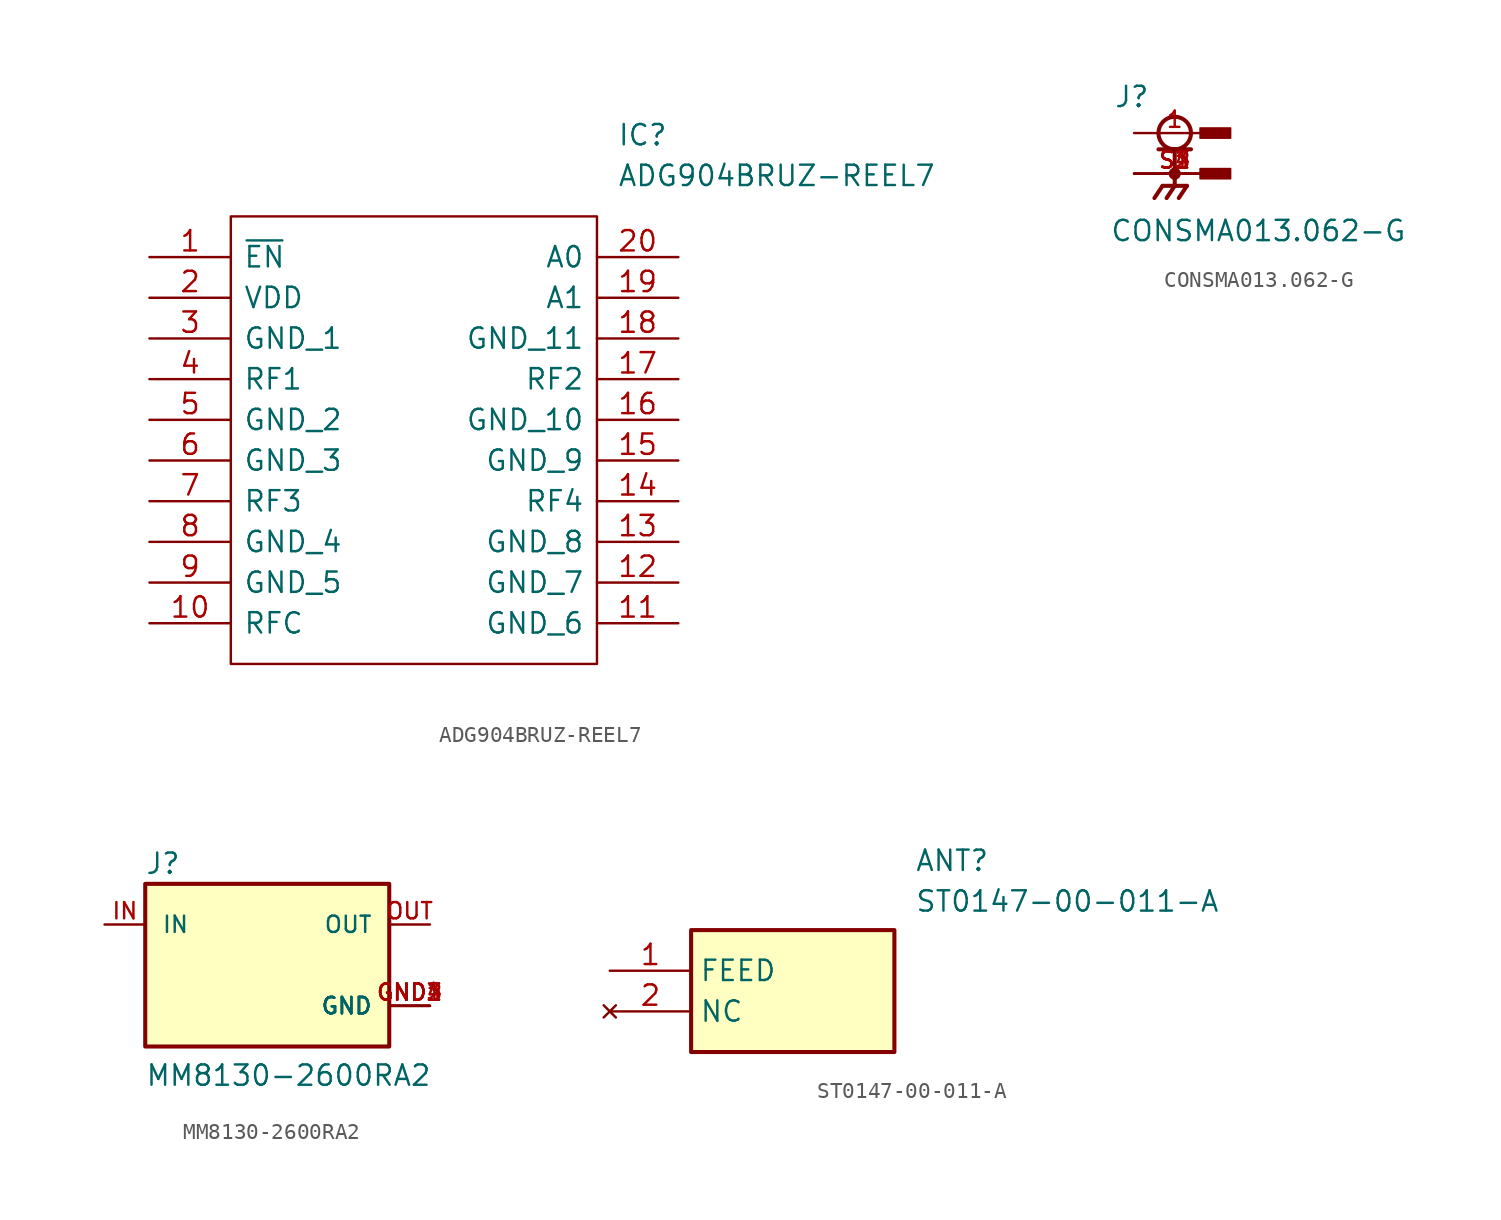
<source format=kicad_sym>
(kicad_symbol_lib
  (version 20231120)
  (generator "kicad_symbol_editor")
  (generator_version "8.0")
  (symbol "ADG904BRUZ-REEL7"
    (pin_names
      (offset 0.762))
    (property "Reference" "IC"
      (at 29.21 7.62 0)
      (effects (font (size 1.27 1.27)) (justify left)))
    (property "Value" "ADG904BRUZ-REEL7"
      (at 29.21 5.08 0)
      (effects (font (size 1.27 1.27)) (justify left)))
    (symbol "ADG904BRUZ-REEL7_0_0"
      (pin passive line (at 0 0 0) (length 5.08) (name "~{EN}" (effects (font (size 1.27 1.27)))) (number "1" (effects (font (size 1.27 1.27)))))
      (pin passive line (at 0 -22.86 0) (length 5.08) (name "RFC" (effects (font (size 1.27 1.27)))) (number "10" (effects (font (size 1.27 1.27)))))
      (pin passive line (at 33.02 -22.86 180) (length 5.08) (name "GND_6" (effects (font (size 1.27 1.27)))) (number "11" (effects (font (size 1.27 1.27)))))
      (pin passive line (at 33.02 -20.32 180) (length 5.08) (name "GND_7" (effects (font (size 1.27 1.27)))) (number "12" (effects (font (size 1.27 1.27)))))
      (pin passive line (at 33.02 -17.78 180) (length 5.08) (name "GND_8" (effects (font (size 1.27 1.27)))) (number "13" (effects (font (size 1.27 1.27)))))
      (pin passive line (at 33.02 -15.24 180) (length 5.08) (name "RF4" (effects (font (size 1.27 1.27)))) (number "14" (effects (font (size 1.27 1.27)))))
      (pin passive line (at 33.02 -12.7 180) (length 5.08) (name "GND_9" (effects (font (size 1.27 1.27)))) (number "15" (effects (font (size 1.27 1.27)))))
      (pin passive line (at 33.02 -10.16 180) (length 5.08) (name "GND_10" (effects (font (size 1.27 1.27)))) (number "16" (effects (font (size 1.27 1.27)))))
      (pin passive line (at 33.02 -7.62 180) (length 5.08) (name "RF2" (effects (font (size 1.27 1.27)))) (number "17" (effects (font (size 1.27 1.27)))))
      (pin passive line (at 33.02 -5.08 180) (length 5.08) (name "GND_11" (effects (font (size 1.27 1.27)))) (number "18" (effects (font (size 1.27 1.27)))))
      (pin passive line (at 33.02 -2.54 180) (length 5.08) (name "A1" (effects (font (size 1.27 1.27)))) (number "19" (effects (font (size 1.27 1.27)))))
      (pin passive line (at 0 -2.54 0) (length 5.08) (name "VDD" (effects (font (size 1.27 1.27)))) (number "2" (effects (font (size 1.27 1.27)))))
      (pin passive line (at 33.02 0 180) (length 5.08) (name "A0" (effects (font (size 1.27 1.27)))) (number "20" (effects (font (size 1.27 1.27)))))
      (pin passive line (at 0 -5.08 0) (length 5.08) (name "GND_1" (effects (font (size 1.27 1.27)))) (number "3" (effects (font (size 1.27 1.27)))))
      (pin passive line (at 0 -7.62 0) (length 5.08) (name "RF1" (effects (font (size 1.27 1.27)))) (number "4" (effects (font (size 1.27 1.27)))))
      (pin passive line (at 0 -10.16 0) (length 5.08) (name "GND_2" (effects (font (size 1.27 1.27)))) (number "5" (effects (font (size 1.27 1.27)))))
      (pin passive line (at 0 -12.7 0) (length 5.08) (name "GND_3" (effects (font (size 1.27 1.27)))) (number "6" (effects (font (size 1.27 1.27)))))
      (pin passive line (at 0 -15.24 0) (length 5.08) (name "RF3" (effects (font (size 1.27 1.27)))) (number "7" (effects (font (size 1.27 1.27)))))
      (pin passive line (at 0 -17.78 0) (length 5.08) (name "GND_4" (effects (font (size 1.27 1.27)))) (number "8" (effects (font (size 1.27 1.27)))))
      (pin passive line (at 0 -20.32 0) (length 5.08) (name "GND_5" (effects (font (size 1.27 1.27)))) (number "9" (effects (font (size 1.27 1.27))))))
    (symbol "ADG904BRUZ-REEL7_0_1"
      (polyline (pts (xy 5.08 2.54) (xy 27.94 2.54) (xy 27.94 -25.4) (xy 5.08 -25.4) (xy 5.08 2.54)) (stroke (width 0.152) (type solid)) (fill (type none)))))
  (symbol "CONSMA013.062-G"
    (pin_names
      (offset 1.016))
    (property "Reference" "J"
      (at -3.81 1.524 0)
      (effects (font (size 1.27 1.27)) (justify left bottom)))
    (property "Value" "CONSMA013.062-G"
      (at -4.064 -6.858 0)
      (effects (font (size 1.27 1.27)) (justify left bottom)))
    (symbol "CONSMA013.062-G_0_0"
      (circle (center 0 -2.54) (radius 0.254) (stroke (width 0.254) (type default)) (fill (type none)))
      (polyline (pts (xy -1.016 -1.016) (xy 0 -1.016)) (stroke (width 0.254) (type default)) (fill (type none)))
      (polyline (pts (xy -0.762 -3.302) (xy -1.27 -4.064)) (stroke (width 0.254) (type default)) (fill (type none)))
      (polyline (pts (xy 0 -3.302) (xy -0.762 -3.302)) (stroke (width 0.254) (type default)) (fill (type none)))
      (polyline (pts (xy 0 -3.302) (xy -0.508 -4.064)) (stroke (width 0.254) (type default)) (fill (type none)))
      (polyline (pts (xy 0 -3.302) (xy 0.762 -3.302)) (stroke (width 0.254) (type default)) (fill (type none)))
      (polyline (pts (xy 0 -1.016) (xy 0 -3.302)) (stroke (width 0.254) (type default)) (fill (type none)))
      (polyline (pts (xy 0 -1.016) (xy 1.016 -1.016)) (stroke (width 0.254) (type default)) (fill (type none)))
      (polyline (pts (xy 0.762 -3.302) (xy 0.254 -4.064)) (stroke (width 0.254) (type default)) (fill (type none)))
      (circle (center 0 0) (radius 1.016) (stroke (width 0.254) (type default)) (fill (type none)))
      (rectangle (start 1.587 -2.857) (end 3.493 -2.223) (stroke (width 0.1) (type default)) (fill (type outline)))
      (rectangle (start 1.587 -0.318) (end 3.493 0.318) (stroke (width 0.1) (type default)) (fill (type outline)))
      (pin passive line (at -2.54 0 0) (length 5.08) (name "~" (effects (font (size 1.016 1.016)))) (number "1" (effects (font (size 1.016 1.016)))))
      (pin passive line (at -2.54 -2.54 0) (length 5.08) (name "~" (effects (font (size 1.016 1.016)))) (number "S1" (effects (font (size 1.016 1.016)))))
      (pin passive line (at -2.54 -2.54 0) (length 5.08) (name "~" (effects (font (size 1.016 1.016)))) (number "S2" (effects (font (size 1.016 1.016)))))
      (pin passive line (at -2.54 -2.54 0) (length 5.08) (name "~" (effects (font (size 1.016 1.016)))) (number "S3" (effects (font (size 1.016 1.016)))))
      (pin passive line (at -2.54 -2.54 0) (length 5.08) (name "~" (effects (font (size 1.016 1.016)))) (number "S4" (effects (font (size 1.016 1.016)))))))
  (symbol "MM8130-2600RA2"
    (pin_names
      (offset 1.016))
    (property "Reference" "J"
      (at -7.639 5.602 0)
      (effects (font (size 1.27 1.27)) (justify left bottom)))
    (property "Value" "MM8130-2600RA2"
      (at -7.63 -7.63 0)
      (effects (font (size 1.27 1.27)) (justify left bottom)))
    (symbol "MM8130-2600RA2_0_0"
      (rectangle (start -7.62 -5.08) (end 7.62 5.08) (stroke (width 0.254) (type default)) (fill (type background)))
      (pin power_in line (at 10.16 -2.54 180) (length 2.54) (name "GND" (effects (font (size 1.016 1.016)))) (number "GND1" (effects (font (size 1.016 1.016)))))
      (pin power_in line (at 10.16 -2.54 180) (length 2.54) (name "GND" (effects (font (size 1.016 1.016)))) (number "GND2" (effects (font (size 1.016 1.016)))))
      (pin power_in line (at 10.16 -2.54 180) (length 2.54) (name "GND" (effects (font (size 1.016 1.016)))) (number "GND3" (effects (font (size 1.016 1.016)))))
      (pin power_in line (at 10.16 -2.54 180) (length 2.54) (name "GND" (effects (font (size 1.016 1.016)))) (number "GND4" (effects (font (size 1.016 1.016)))))
      (pin input line (at -10.16 2.54 0) (length 2.54) (name "IN" (effects (font (size 1.016 1.016)))) (number "IN" (effects (font (size 1.016 1.016)))))
      (pin output line (at 10.16 2.54 180) (length 2.54) (name "OUT" (effects (font (size 1.016 1.016)))) (number "OUT" (effects (font (size 1.016 1.016)))))))
  (symbol "ST0147-00-011-A"
    (property "Reference" "ANT"
      (at 19.05 7.62 0)
      (effects (font (size 1.27 1.27)) (justify left top)))
    (property "Value" "ST0147-00-011-A"
      (at 19.05 5.08 0)
      (effects (font (size 1.27 1.27)) (justify left top)))
    (symbol "ST0147-00-011-A_1_1"
      (rectangle (start 5.08 2.54) (end 17.78 -5.08) (stroke (width 0.254) (type default)) (fill (type background)))
      (pin input line (at 0 0 0) (length 5.08) (name "FEED" (effects (font (size 1.27 1.27)))) (number "1" (effects (font (size 1.27 1.27)))))
      (pin no_connect line (at 0 -2.54 0) (length 5.08) (name "NC" (effects (font (size 1.27 1.27)))) (number "2" (effects (font (size 1.27 1.27))))))))
</source>
